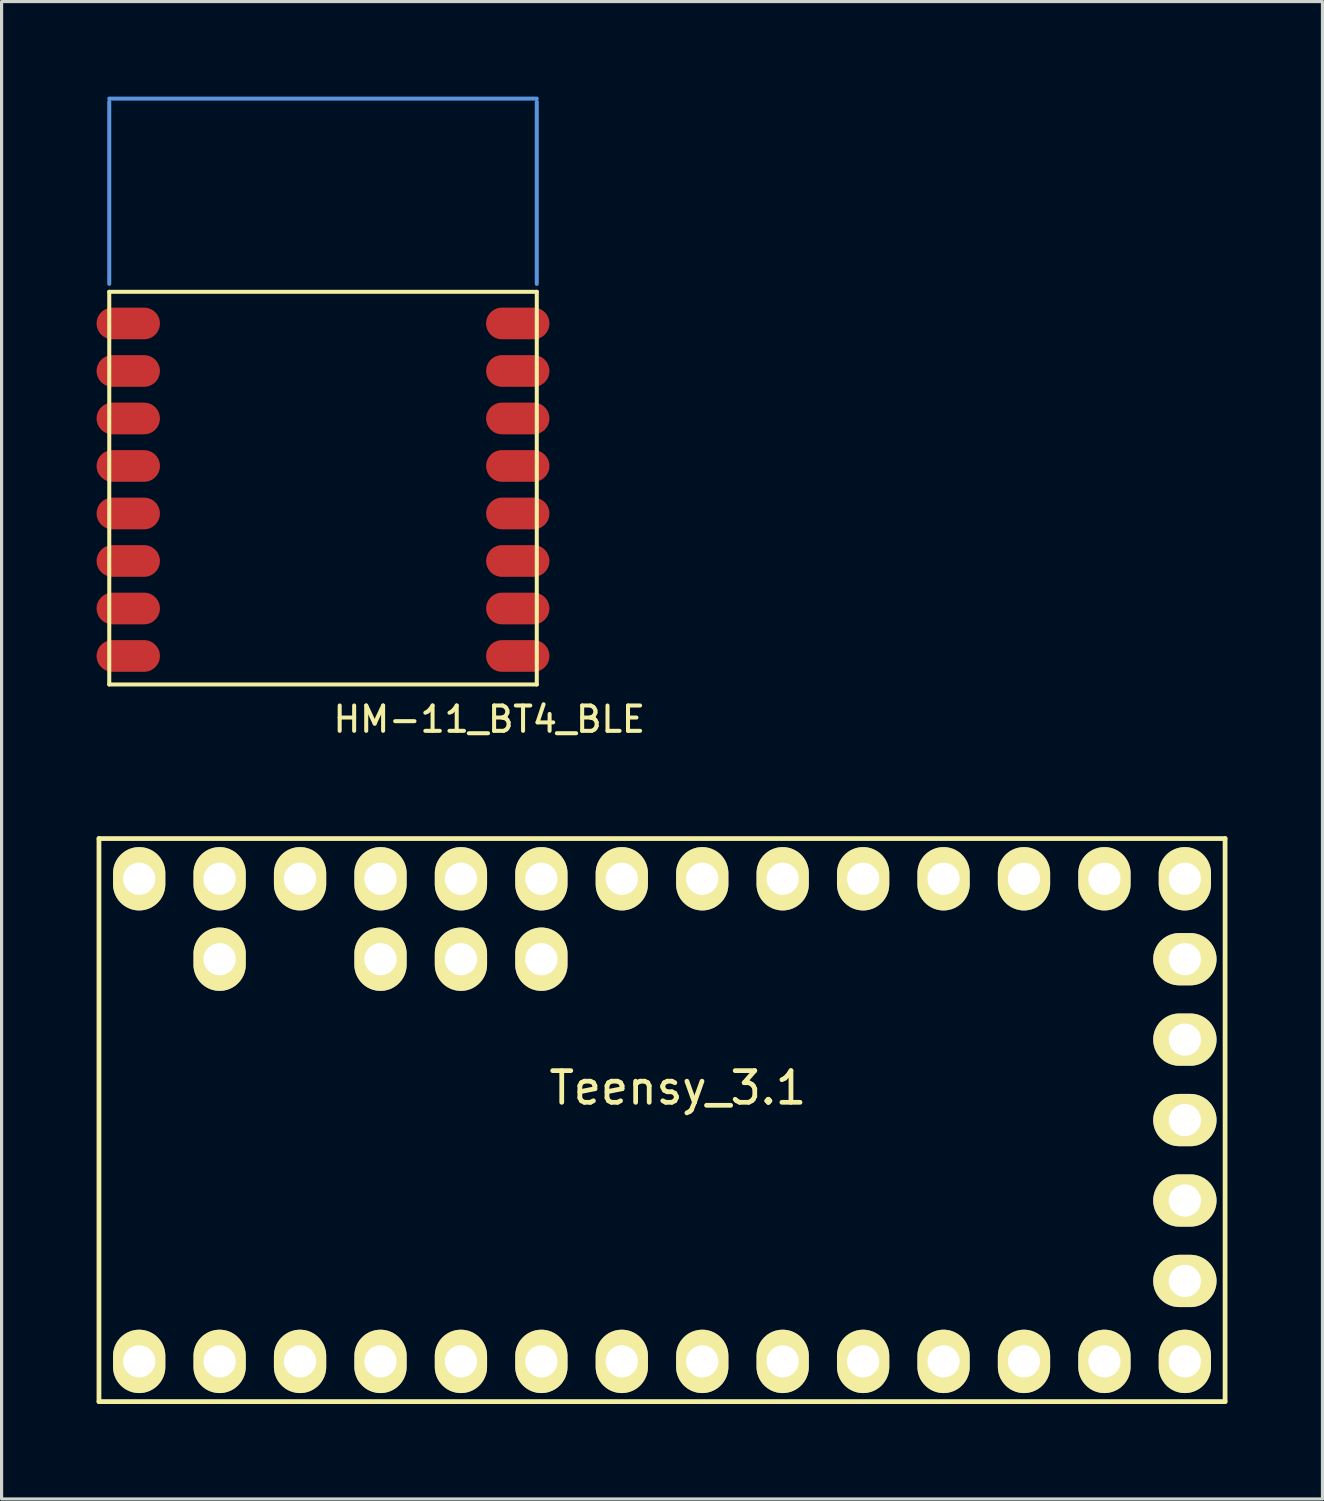
<source format=kicad_pcb>
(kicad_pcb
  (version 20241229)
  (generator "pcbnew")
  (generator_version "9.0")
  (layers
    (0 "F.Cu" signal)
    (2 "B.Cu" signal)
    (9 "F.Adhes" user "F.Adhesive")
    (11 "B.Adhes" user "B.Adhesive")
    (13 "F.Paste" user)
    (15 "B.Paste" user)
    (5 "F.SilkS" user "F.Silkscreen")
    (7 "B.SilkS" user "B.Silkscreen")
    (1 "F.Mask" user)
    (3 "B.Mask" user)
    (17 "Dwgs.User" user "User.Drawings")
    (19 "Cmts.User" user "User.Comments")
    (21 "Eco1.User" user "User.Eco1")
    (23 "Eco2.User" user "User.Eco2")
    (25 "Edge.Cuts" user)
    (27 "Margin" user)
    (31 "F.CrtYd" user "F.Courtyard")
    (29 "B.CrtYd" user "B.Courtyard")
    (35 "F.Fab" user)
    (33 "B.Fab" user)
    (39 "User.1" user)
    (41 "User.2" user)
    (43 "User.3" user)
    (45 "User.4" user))
  (footprint "HM-11_BT4_BLE"
    (layer "F.Cu")
    (at 7.15 9.164)
    (property "Reference" "HM-11_BT4_BLE" (at 5.25 10.5 180) (layer "F.SilkS") (effects (font (size 0.8 0.8) (thickness 0.127))))
    (attr through_hole)
    (fp_line (start -6.75 -3) (end -6.75 9.4) (stroke (width 0.127) (type solid)) (layer "F.SilkS"))
    (fp_line (start -6.75 -3) (end 6.75 -3) (stroke (width 0.127) (type solid)) (layer "F.SilkS"))
    (fp_line (start -6.75 9.4) (end 6.75 9.4) (stroke (width 0.127) (type solid)) (layer "F.SilkS"))
    (fp_line (start 6.75 9.4) (end 6.75 -3) (stroke (width 0.127) (type solid)) (layer "F.SilkS"))
    (fp_line (start -6.75 -9) (end -6.75 -3.25) (stroke (width 0.127) (type solid)) (layer "Cmts.User"))
    (fp_line (start 6.75 -9.1) (end -6.75 -9.1) (stroke (width 0.127) (type solid)) (layer "Cmts.User"))
    (fp_line (start 6.75 -9) (end 6.75 -3.25) (stroke (width 0.127) (type solid)) (layer "Cmts.User"))
    (pad "1" smd oval (at -6.15 -2) (size 2 1) (layers "F.Cu" "F.Mask" "F.Paste"))
    (pad "2" smd oval (at -6.15 -0.5) (size 2 1) (layers "F.Cu" "F.Mask" "F.Paste"))
    (pad "3" smd oval (at -6.15 1) (size 2 1) (layers "F.Cu" "F.Mask" "F.Paste"))
    (pad "4" smd oval (at -6.15 2.5) (size 2 1) (layers "F.Cu" "F.Mask" "F.Paste"))
    (pad "5" smd oval (at -6.15 4) (size 2 1) (layers "F.Cu" "F.Mask" "F.Paste"))
    (pad "6" smd oval (at -6.15 5.5) (size 2 1) (layers "F.Cu" "F.Mask" "F.Paste"))
    (pad "7" smd oval (at -6.15 7) (size 2 1) (layers "F.Cu" "F.Mask" "F.Paste"))
    (pad "8" smd oval (at -6.15 8.5) (size 2 1) (layers "F.Cu" "F.Mask" "F.Paste"))
    (pad "9" smd oval (at 6.15 8.5) (size 2 1) (layers "F.Cu" "F.Mask" "F.Paste"))
    (pad "10" smd oval (at 6.15 7) (size 2 1) (layers "F.Cu" "F.Mask" "F.Paste"))
    (pad "11" smd oval (at 6.15 5.5) (size 2 1) (layers "F.Cu" "F.Mask" "F.Paste"))
    (pad "12" smd oval (at 6.15 4) (size 2 1) (layers "F.Cu" "F.Mask" "F.Paste"))
    (pad "13" smd oval (at 6.15 2.5) (size 2 1) (layers "F.Cu" "F.Mask" "F.Paste"))
    (pad "14" smd oval (at 6.15 1) (size 2 1) (layers "F.Cu" "F.Mask" "F.Paste"))
    (pad "15" smd oval (at 6.15 -0.5) (size 2 1) (layers "F.Cu" "F.Mask" "F.Paste"))
    (pad "16" smd oval (at 6.15 -2) (size 2 1) (layers "F.Cu" "F.Mask" "F.Paste")))
  (footprint "Teensy_3.1"
    (layer "F.Cu")
    (at 18.355 32.319)
    (property "Reference" "Teensy_3.1" (at 0 -1.016 0) (layer "F.SilkS") (effects (font (size 1 1) (thickness 0.15))))
    (attr through_hole)
    (fp_line (start -18.28 -8.89) (end -18.28 8.89) (stroke (width 0.15) (type solid)) (layer "F.SilkS"))
    (fp_line (start -18.28 8.89) (end 17.28 8.89) (stroke (width 0.15) (type solid)) (layer "F.SilkS"))
    (fp_line (start 17.28 -8.89) (end -18.28 -8.89) (stroke (width 0.15) (type solid)) (layer "F.SilkS"))
    (fp_line (start 17.28 8.89) (end 17.28 -8.89) (stroke (width 0.15) (type solid)) (layer "F.SilkS"))
    (pad "0" thru_hole oval (at -14.47 7.62 180) (size 1.65 2) (drill 1.016) (layers "*.Cu" "*.Mask" "F.SilkS"))
    (pad "1" thru_hole oval (at -11.93 7.62 180) (size 1.65 2) (drill 1.016) (layers "*.Cu" "*.Mask" "F.SilkS"))
    (pad "2" thru_hole oval (at -9.39 7.62 180) (size 1.65 2) (drill 1.016) (layers "*.Cu" "*.Mask" "F.SilkS"))
    (pad "3" thru_hole oval (at -6.85 7.62 180) (size 1.65 2) (drill 1.016) (layers "*.Cu" "*.Mask" "F.SilkS"))
    (pad "4" thru_hole oval (at -4.31 7.62 180) (size 1.65 2) (drill 1.016) (layers "*.Cu" "*.Mask" "F.SilkS"))
    (pad "5" thru_hole oval (at -1.77 7.62 180) (size 1.65 2) (drill 1.016) (layers "*.Cu" "*.Mask" "F.SilkS"))
    (pad "6" thru_hole oval (at 0.77 7.62 180) (size 1.65 2) (drill 1.016) (layers "*.Cu" "*.Mask" "F.SilkS"))
    (pad "7" thru_hole oval (at 3.31 7.62 180) (size 1.65 2) (drill 1.016) (layers "*.Cu" "*.Mask" "F.SilkS"))
    (pad "8" thru_hole oval (at 5.85 7.62 180) (size 1.65 2) (drill 1.016) (layers "*.Cu" "*.Mask" "F.SilkS"))
    (pad "9" thru_hole oval (at 8.39 7.62 180) (size 1.65 2) (drill 1.016) (layers "*.Cu" "*.Mask" "F.SilkS"))
    (pad "10" thru_hole oval (at 10.93 7.62 180) (size 1.65 2) (drill 1.016) (layers "*.Cu" "*.Mask" "F.SilkS"))
    (pad "11" thru_hole oval (at 13.47 7.62 180) (size 1.65 2) (drill 1.016) (layers "*.Cu" "*.Mask" "F.SilkS"))
    (pad "12" thru_hole oval (at 16.01 7.62 180) (size 1.65 2) (drill 1.016) (layers "*.Cu" "*.Mask" "F.SilkS"))
    (pad "13" thru_hole oval (at 16.01 -7.62 180) (size 1.65 2) (drill 1.016) (layers "*.Cu" "*.Mask" "F.SilkS"))
    (pad "14" thru_hole oval (at 13.47 -7.62 180) (size 1.65 2) (drill 1.016) (layers "*.Cu" "*.Mask" "F.SilkS"))
    (pad "15" thru_hole oval (at 10.93 -7.62 180) (size 1.65 2) (drill 1.016) (layers "*.Cu" "*.Mask" "F.SilkS"))
    (pad "16" thru_hole oval (at 8.39 -7.62 180) (size 1.65 2) (drill 1.016) (layers "*.Cu" "*.Mask" "F.SilkS"))
    (pad "17" thru_hole oval (at 5.85 -7.62 180) (size 1.65 2) (drill 1.016) (layers "*.Cu" "*.Mask" "F.SilkS"))
    (pad "18" thru_hole oval (at 3.31 -7.62 180) (size 1.65 2) (drill 1.016) (layers "*.Cu" "*.Mask" "F.SilkS"))
    (pad "19" thru_hole oval (at 0.77 -7.62 180) (size 1.65 2) (drill 1.016) (layers "*.Cu" "*.Mask" "F.SilkS"))
    (pad "20" thru_hole oval (at -1.77 -7.62 180) (size 1.65 2) (drill 1.016) (layers "*.Cu" "*.Mask" "F.SilkS"))
    (pad "21" thru_hole oval (at -4.31 -7.62 180) (size 1.65 2) (drill 1.016) (layers "*.Cu" "*.Mask" "F.SilkS"))
    (pad "22" thru_hole oval (at -6.85 -7.62 180) (size 1.65 2) (drill 1.016) (layers "*.Cu" "*.Mask" "F.SilkS"))
    (pad "23" thru_hole oval (at -9.39 -7.62 180) (size 1.65 2) (drill 1.016) (layers "*.Cu" "*.Mask" "F.SilkS"))
    (pad "101" thru_hole oval (at -11.93 -7.62 180) (size 1.65 2) (drill 1.016) (layers "*.Cu" "*.Mask" "F.SilkS"))
    (pad "102" thru_hole oval (at -14.47 -7.62 180) (size 1.65 2) (drill 1.016) (layers "*.Cu" "*.Mask" "F.SilkS"))
    (pad "103" thru_hole oval (at -17.01 -7.62 180) (size 1.65 2) (drill 1.016) (layers "*.Cu" "*.Mask" "F.SilkS"))
    (pad "104" thru_hole oval (at -4.31 -5.08 180) (size 1.65 2) (drill 1.016) (layers "*.Cu" "*.Mask" "F.SilkS"))
    (pad "105" thru_hole oval (at -6.85 -5.08 180) (size 1.65 2) (drill 1.016) (layers "*.Cu" "*.Mask" "F.SilkS"))
    (pad "106" thru_hole oval (at -9.39 -5.08 180) (size 1.65 2) (drill 1.016) (layers "*.Cu" "*.Mask" "F.SilkS"))
    (pad "107" thru_hole oval (at -14.47 -5.08 180) (size 1.65 2) (drill 1.016) (layers "*.Cu" "*.Mask" "F.SilkS"))
    (pad "108" thru_hole oval (at -17.01 7.62 180) (size 1.65 2) (drill 1.016) (layers "*.Cu" "*.Mask" "F.SilkS"))
    (pad "109" thru_hole oval (at 16.01 5.08 90) (size 1.65 2) (drill 1.016) (layers "*.Cu" "*.Mask" "F.SilkS"))
    (pad "110" thru_hole oval (at 16.01 2.54 90) (size 1.65 2) (drill 1.016) (layers "*.Cu" "*.Mask" "F.SilkS"))
    (pad "111" thru_hole oval (at 16.01 0 90) (size 1.65 2) (drill 1.016) (layers "*.Cu" "*.Mask" "F.SilkS"))
    (pad "112" thru_hole oval (at 16.01 -2.54 90) (size 1.65 2) (drill 1.016) (layers "*.Cu" "*.Mask" "F.SilkS"))
    (pad "113" thru_hole oval (at 16.01 -5.08 90) (size 1.65 2) (drill 1.016) (layers "*.Cu" "*.Mask" "F.SilkS")))
  (gr_rect
    (start -3 -3)
    (end 38.71 44.284)
    (stroke (width 0.1) (type default))
    (fill no)
    (layer "Edge.Cuts")))
</source>
